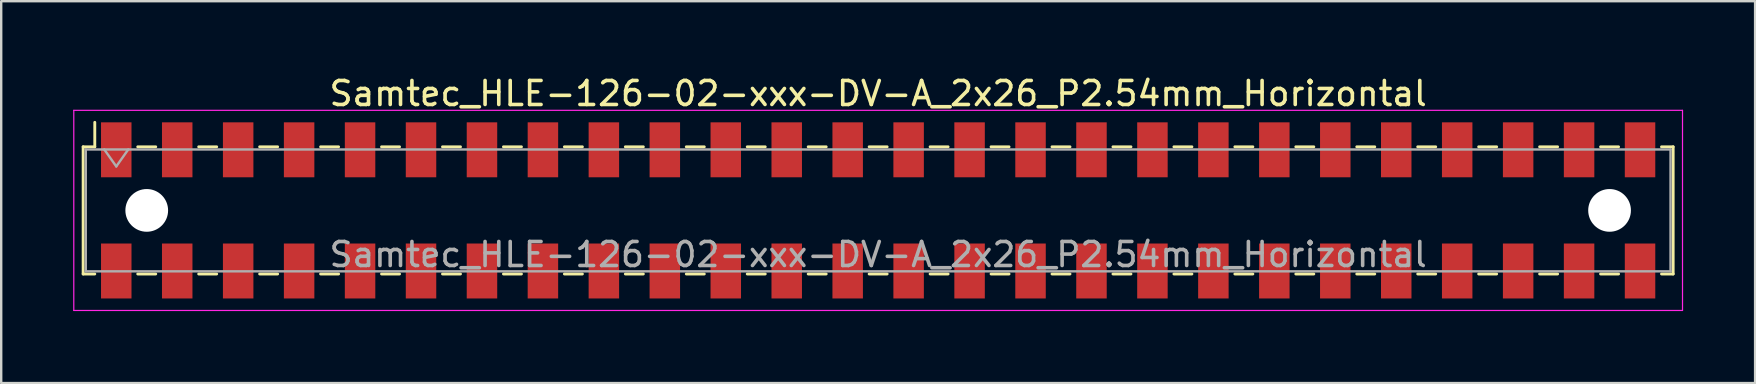
<source format=kicad_pcb>
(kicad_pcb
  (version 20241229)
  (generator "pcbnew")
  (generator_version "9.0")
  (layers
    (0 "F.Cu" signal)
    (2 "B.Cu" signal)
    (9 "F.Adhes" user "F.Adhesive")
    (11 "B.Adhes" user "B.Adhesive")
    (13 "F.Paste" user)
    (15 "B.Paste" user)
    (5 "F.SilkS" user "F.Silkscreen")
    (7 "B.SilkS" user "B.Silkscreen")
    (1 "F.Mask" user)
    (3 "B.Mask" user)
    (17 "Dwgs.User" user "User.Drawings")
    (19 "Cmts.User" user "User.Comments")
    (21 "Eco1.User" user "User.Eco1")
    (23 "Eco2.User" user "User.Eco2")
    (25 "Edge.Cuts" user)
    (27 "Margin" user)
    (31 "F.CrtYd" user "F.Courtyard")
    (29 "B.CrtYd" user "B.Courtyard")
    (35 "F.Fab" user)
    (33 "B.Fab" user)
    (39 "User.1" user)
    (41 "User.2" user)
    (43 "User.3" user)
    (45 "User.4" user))
  (footprint "Samtec_HLE-126-02-xxx-DV-A_2x26_P2.54mm_Horizontal"
    (layer "F.Cu")
    (at 33.545 5.718)
    (property "Reference" "Samtec_HLE-126-02-xxx-DV-A_2x26_P2.54mm_Horizontal" (at 0 -4.87 0) (layer "F.SilkS") (effects (font (size 1 1) (thickness 0.15))))
    (attr smd)
    (fp_line (start -33.13 -2.65) (end -33.13 2.65) (stroke (width 0.12) (type solid)) (layer "F.SilkS"))
    (fp_line (start -33.13 2.65) (end -32.645 2.65) (stroke (width 0.12) (type solid)) (layer "F.SilkS"))
    (fp_line (start -32.645 -3.67) (end -32.645 -2.65) (stroke (width 0.12) (type solid)) (layer "F.SilkS"))
    (fp_line (start -32.645 -2.65) (end -33.13 -2.65) (stroke (width 0.12) (type solid)) (layer "F.SilkS"))
    (fp_line (start -30.855 -2.65) (end -30.105 -2.65) (stroke (width 0.12) (type solid)) (layer "F.SilkS"))
    (fp_line (start -30.855 2.65) (end -30.105 2.65) (stroke (width 0.12) (type solid)) (layer "F.SilkS"))
    (fp_line (start -28.315 -2.65) (end -27.565 -2.65) (stroke (width 0.12) (type solid)) (layer "F.SilkS"))
    (fp_line (start -28.315 2.65) (end -27.565 2.65) (stroke (width 0.12) (type solid)) (layer "F.SilkS"))
    (fp_line (start -25.775 -2.65) (end -25.025 -2.65) (stroke (width 0.12) (type solid)) (layer "F.SilkS"))
    (fp_line (start -25.775 2.65) (end -25.025 2.65) (stroke (width 0.12) (type solid)) (layer "F.SilkS"))
    (fp_line (start -23.235 -2.65) (end -22.485 -2.65) (stroke (width 0.12) (type solid)) (layer "F.SilkS"))
    (fp_line (start -23.235 2.65) (end -22.485 2.65) (stroke (width 0.12) (type solid)) (layer "F.SilkS"))
    (fp_line (start -20.695 -2.65) (end -19.945 -2.65) (stroke (width 0.12) (type solid)) (layer "F.SilkS"))
    (fp_line (start -20.695 2.65) (end -19.945 2.65) (stroke (width 0.12) (type solid)) (layer "F.SilkS"))
    (fp_line (start -18.155 -2.65) (end -17.405 -2.65) (stroke (width 0.12) (type solid)) (layer "F.SilkS"))
    (fp_line (start -18.155 2.65) (end -17.405 2.65) (stroke (width 0.12) (type solid)) (layer "F.SilkS"))
    (fp_line (start -15.615 -2.65) (end -14.865 -2.65) (stroke (width 0.12) (type solid)) (layer "F.SilkS"))
    (fp_line (start -15.615 2.65) (end -14.865 2.65) (stroke (width 0.12) (type solid)) (layer "F.SilkS"))
    (fp_line (start -13.075 -2.65) (end -12.325 -2.65) (stroke (width 0.12) (type solid)) (layer "F.SilkS"))
    (fp_line (start -13.075 2.65) (end -12.325 2.65) (stroke (width 0.12) (type solid)) (layer "F.SilkS"))
    (fp_line (start -10.535 -2.65) (end -9.785 -2.65) (stroke (width 0.12) (type solid)) (layer "F.SilkS"))
    (fp_line (start -10.535 2.65) (end -9.785 2.65) (stroke (width 0.12) (type solid)) (layer "F.SilkS"))
    (fp_line (start -7.995 -2.65) (end -7.245 -2.65) (stroke (width 0.12) (type solid)) (layer "F.SilkS"))
    (fp_line (start -7.995 2.65) (end -7.245 2.65) (stroke (width 0.12) (type solid)) (layer "F.SilkS"))
    (fp_line (start -5.455 -2.65) (end -4.705 -2.65) (stroke (width 0.12) (type solid)) (layer "F.SilkS"))
    (fp_line (start -5.455 2.65) (end -4.705 2.65) (stroke (width 0.12) (type solid)) (layer "F.SilkS"))
    (fp_line (start -2.915 -2.65) (end -2.165 -2.65) (stroke (width 0.12) (type solid)) (layer "F.SilkS"))
    (fp_line (start -2.915 2.65) (end -2.165 2.65) (stroke (width 0.12) (type solid)) (layer "F.SilkS"))
    (fp_line (start -0.375 -2.65) (end 0.375 -2.65) (stroke (width 0.12) (type solid)) (layer "F.SilkS"))
    (fp_line (start -0.375 2.65) (end 0.375 2.65) (stroke (width 0.12) (type solid)) (layer "F.SilkS"))
    (fp_line (start 2.165 -2.65) (end 2.915 -2.65) (stroke (width 0.12) (type solid)) (layer "F.SilkS"))
    (fp_line (start 2.165 2.65) (end 2.915 2.65) (stroke (width 0.12) (type solid)) (layer "F.SilkS"))
    (fp_line (start 4.705 -2.65) (end 5.455 -2.65) (stroke (width 0.12) (type solid)) (layer "F.SilkS"))
    (fp_line (start 4.705 2.65) (end 5.455 2.65) (stroke (width 0.12) (type solid)) (layer "F.SilkS"))
    (fp_line (start 7.245 -2.65) (end 7.995 -2.65) (stroke (width 0.12) (type solid)) (layer "F.SilkS"))
    (fp_line (start 7.245 2.65) (end 7.995 2.65) (stroke (width 0.12) (type solid)) (layer "F.SilkS"))
    (fp_line (start 9.785 -2.65) (end 10.535 -2.65) (stroke (width 0.12) (type solid)) (layer "F.SilkS"))
    (fp_line (start 9.785 2.65) (end 10.535 2.65) (stroke (width 0.12) (type solid)) (layer "F.SilkS"))
    (fp_line (start 12.325 -2.65) (end 13.075 -2.65) (stroke (width 0.12) (type solid)) (layer "F.SilkS"))
    (fp_line (start 12.325 2.65) (end 13.075 2.65) (stroke (width 0.12) (type solid)) (layer "F.SilkS"))
    (fp_line (start 14.865 -2.65) (end 15.615 -2.65) (stroke (width 0.12) (type solid)) (layer "F.SilkS"))
    (fp_line (start 14.865 2.65) (end 15.615 2.65) (stroke (width 0.12) (type solid)) (layer "F.SilkS"))
    (fp_line (start 17.405 -2.65) (end 18.155 -2.65) (stroke (width 0.12) (type solid)) (layer "F.SilkS"))
    (fp_line (start 17.405 2.65) (end 18.155 2.65) (stroke (width 0.12) (type solid)) (layer "F.SilkS"))
    (fp_line (start 19.945 -2.65) (end 20.695 -2.65) (stroke (width 0.12) (type solid)) (layer "F.SilkS"))
    (fp_line (start 19.945 2.65) (end 20.695 2.65) (stroke (width 0.12) (type solid)) (layer "F.SilkS"))
    (fp_line (start 22.485 -2.65) (end 23.235 -2.65) (stroke (width 0.12) (type solid)) (layer "F.SilkS"))
    (fp_line (start 22.485 2.65) (end 23.235 2.65) (stroke (width 0.12) (type solid)) (layer "F.SilkS"))
    (fp_line (start 25.025 -2.65) (end 25.775 -2.65) (stroke (width 0.12) (type solid)) (layer "F.SilkS"))
    (fp_line (start 25.025 2.65) (end 25.775 2.65) (stroke (width 0.12) (type solid)) (layer "F.SilkS"))
    (fp_line (start 27.565 -2.65) (end 28.315 -2.65) (stroke (width 0.12) (type solid)) (layer "F.SilkS"))
    (fp_line (start 27.565 2.65) (end 28.315 2.65) (stroke (width 0.12) (type solid)) (layer "F.SilkS"))
    (fp_line (start 30.105 -2.65) (end 30.855 -2.65) (stroke (width 0.12) (type solid)) (layer "F.SilkS"))
    (fp_line (start 30.105 2.65) (end 30.855 2.65) (stroke (width 0.12) (type solid)) (layer "F.SilkS"))
    (fp_line (start 32.645 -2.65) (end 33.13 -2.65) (stroke (width 0.12) (type solid)) (layer "F.SilkS"))
    (fp_line (start 33.13 -2.65) (end 33.13 2.65) (stroke (width 0.12) (type solid)) (layer "F.SilkS"))
    (fp_line (start 33.13 2.65) (end 32.645 2.65) (stroke (width 0.12) (type solid)) (layer "F.SilkS"))
    (fp_line (start -33.52 -4.17) (end 33.52 -4.17) (stroke (width 0.05) (type solid)) (layer "F.CrtYd"))
    (fp_line (start -33.52 4.17) (end -33.52 -4.17) (stroke (width 0.05) (type solid)) (layer "F.CrtYd"))
    (fp_line (start 33.52 -4.17) (end 33.52 4.17) (stroke (width 0.05) (type solid)) (layer "F.CrtYd"))
    (fp_line (start 33.52 4.17) (end -33.52 4.17) (stroke (width 0.05) (type solid)) (layer "F.CrtYd"))
    (fp_line (start -33.02 -2.54) (end 33.02 -2.54) (stroke (width 0.1) (type solid)) (layer "F.Fab"))
    (fp_line (start -33.02 2.54) (end -33.02 -2.54) (stroke (width 0.1) (type solid)) (layer "F.Fab"))
    (fp_line (start -32.25 -2.54) (end -31.75 -1.833) (stroke (width 0.1) (type solid)) (layer "F.Fab"))
    (fp_line (start -31.75 -1.833) (end -31.25 -2.54) (stroke (width 0.1) (type solid)) (layer "F.Fab"))
    (fp_line (start 33.02 -2.54) (end 33.02 2.54) (stroke (width 0.1) (type solid)) (layer "F.Fab"))
    (fp_line (start 33.02 2.54) (end -33.02 2.54) (stroke (width 0.1) (type solid)) (layer "F.Fab"))
    (fp_text user "${REFERENCE}" (at 0 1.84 0) (layer "F.Fab") (effects (font (size 1 1) (thickness 0.15))))
    (pad "" np_thru_hole circle (at -30.48 0) (size 1.78 1.78) (drill 1.78) (layers "*.Cu" "*.Mask"))
    (pad "" np_thru_hole circle (at 30.48 0) (size 1.78 1.78) (drill 1.78) (layers "*.Cu" "*.Mask"))
    (pad "1" smd rect (at -31.75 -2.525) (size 1.27 2.29) (layers "F.Cu" "F.Mask" "F.Paste"))
    (pad "2" smd rect (at -31.75 2.525) (size 1.27 2.29) (layers "F.Cu" "F.Mask" "F.Paste"))
    (pad "3" smd rect (at -29.21 -2.525) (size 1.27 2.29) (layers "F.Cu" "F.Mask" "F.Paste"))
    (pad "4" smd rect (at -29.21 2.525) (size 1.27 2.29) (layers "F.Cu" "F.Mask" "F.Paste"))
    (pad "5" smd rect (at -26.67 -2.525) (size 1.27 2.29) (layers "F.Cu" "F.Mask" "F.Paste"))
    (pad "6" smd rect (at -26.67 2.525) (size 1.27 2.29) (layers "F.Cu" "F.Mask" "F.Paste"))
    (pad "7" smd rect (at -24.13 -2.525) (size 1.27 2.29) (layers "F.Cu" "F.Mask" "F.Paste"))
    (pad "8" smd rect (at -24.13 2.525) (size 1.27 2.29) (layers "F.Cu" "F.Mask" "F.Paste"))
    (pad "9" smd rect (at -21.59 -2.525) (size 1.27 2.29) (layers "F.Cu" "F.Mask" "F.Paste"))
    (pad "10" smd rect (at -21.59 2.525) (size 1.27 2.29) (layers "F.Cu" "F.Mask" "F.Paste"))
    (pad "11" smd rect (at -19.05 -2.525) (size 1.27 2.29) (layers "F.Cu" "F.Mask" "F.Paste"))
    (pad "12" smd rect (at -19.05 2.525) (size 1.27 2.29) (layers "F.Cu" "F.Mask" "F.Paste"))
    (pad "13" smd rect (at -16.51 -2.525) (size 1.27 2.29) (layers "F.Cu" "F.Mask" "F.Paste"))
    (pad "14" smd rect (at -16.51 2.525) (size 1.27 2.29) (layers "F.Cu" "F.Mask" "F.Paste"))
    (pad "15" smd rect (at -13.97 -2.525) (size 1.27 2.29) (layers "F.Cu" "F.Mask" "F.Paste"))
    (pad "16" smd rect (at -13.97 2.525) (size 1.27 2.29) (layers "F.Cu" "F.Mask" "F.Paste"))
    (pad "17" smd rect (at -11.43 -2.525) (size 1.27 2.29) (layers "F.Cu" "F.Mask" "F.Paste"))
    (pad "18" smd rect (at -11.43 2.525) (size 1.27 2.29) (layers "F.Cu" "F.Mask" "F.Paste"))
    (pad "19" smd rect (at -8.89 -2.525) (size 1.27 2.29) (layers "F.Cu" "F.Mask" "F.Paste"))
    (pad "20" smd rect (at -8.89 2.525) (size 1.27 2.29) (layers "F.Cu" "F.Mask" "F.Paste"))
    (pad "21" smd rect (at -6.35 -2.525) (size 1.27 2.29) (layers "F.Cu" "F.Mask" "F.Paste"))
    (pad "22" smd rect (at -6.35 2.525) (size 1.27 2.29) (layers "F.Cu" "F.Mask" "F.Paste"))
    (pad "23" smd rect (at -3.81 -2.525) (size 1.27 2.29) (layers "F.Cu" "F.Mask" "F.Paste"))
    (pad "24" smd rect (at -3.81 2.525) (size 1.27 2.29) (layers "F.Cu" "F.Mask" "F.Paste"))
    (pad "25" smd rect (at -1.27 -2.525) (size 1.27 2.29) (layers "F.Cu" "F.Mask" "F.Paste"))
    (pad "26" smd rect (at -1.27 2.525) (size 1.27 2.29) (layers "F.Cu" "F.Mask" "F.Paste"))
    (pad "27" smd rect (at 1.27 -2.525) (size 1.27 2.29) (layers "F.Cu" "F.Mask" "F.Paste"))
    (pad "28" smd rect (at 1.27 2.525) (size 1.27 2.29) (layers "F.Cu" "F.Mask" "F.Paste"))
    (pad "29" smd rect (at 3.81 -2.525) (size 1.27 2.29) (layers "F.Cu" "F.Mask" "F.Paste"))
    (pad "30" smd rect (at 3.81 2.525) (size 1.27 2.29) (layers "F.Cu" "F.Mask" "F.Paste"))
    (pad "31" smd rect (at 6.35 -2.525) (size 1.27 2.29) (layers "F.Cu" "F.Mask" "F.Paste"))
    (pad "32" smd rect (at 6.35 2.525) (size 1.27 2.29) (layers "F.Cu" "F.Mask" "F.Paste"))
    (pad "33" smd rect (at 8.89 -2.525) (size 1.27 2.29) (layers "F.Cu" "F.Mask" "F.Paste"))
    (pad "34" smd rect (at 8.89 2.525) (size 1.27 2.29) (layers "F.Cu" "F.Mask" "F.Paste"))
    (pad "35" smd rect (at 11.43 -2.525) (size 1.27 2.29) (layers "F.Cu" "F.Mask" "F.Paste"))
    (pad "36" smd rect (at 11.43 2.525) (size 1.27 2.29) (layers "F.Cu" "F.Mask" "F.Paste"))
    (pad "37" smd rect (at 13.97 -2.525) (size 1.27 2.29) (layers "F.Cu" "F.Mask" "F.Paste"))
    (pad "38" smd rect (at 13.97 2.525) (size 1.27 2.29) (layers "F.Cu" "F.Mask" "F.Paste"))
    (pad "39" smd rect (at 16.51 -2.525) (size 1.27 2.29) (layers "F.Cu" "F.Mask" "F.Paste"))
    (pad "40" smd rect (at 16.51 2.525) (size 1.27 2.29) (layers "F.Cu" "F.Mask" "F.Paste"))
    (pad "41" smd rect (at 19.05 -2.525) (size 1.27 2.29) (layers "F.Cu" "F.Mask" "F.Paste"))
    (pad "42" smd rect (at 19.05 2.525) (size 1.27 2.29) (layers "F.Cu" "F.Mask" "F.Paste"))
    (pad "43" smd rect (at 21.59 -2.525) (size 1.27 2.29) (layers "F.Cu" "F.Mask" "F.Paste"))
    (pad "44" smd rect (at 21.59 2.525) (size 1.27 2.29) (layers "F.Cu" "F.Mask" "F.Paste"))
    (pad "45" smd rect (at 24.13 -2.525) (size 1.27 2.29) (layers "F.Cu" "F.Mask" "F.Paste"))
    (pad "46" smd rect (at 24.13 2.525) (size 1.27 2.29) (layers "F.Cu" "F.Mask" "F.Paste"))
    (pad "47" smd rect (at 26.67 -2.525) (size 1.27 2.29) (layers "F.Cu" "F.Mask" "F.Paste"))
    (pad "48" smd rect (at 26.67 2.525) (size 1.27 2.29) (layers "F.Cu" "F.Mask" "F.Paste"))
    (pad "49" smd rect (at 29.21 -2.525) (size 1.27 2.29) (layers "F.Cu" "F.Mask" "F.Paste"))
    (pad "50" smd rect (at 29.21 2.525) (size 1.27 2.29) (layers "F.Cu" "F.Mask" "F.Paste"))
    (pad "51" smd rect (at 31.75 -2.525) (size 1.27 2.29) (layers "F.Cu" "F.Mask" "F.Paste"))
    (pad "52" smd rect (at 31.75 2.525) (size 1.27 2.29) (layers "F.Cu" "F.Mask" "F.Paste")))
  (gr_rect
    (start -3 -3)
    (end 70.09 12.913)
    (stroke (width 0.1) (type default))
    (fill no)
    (layer "Edge.Cuts")))
</source>
